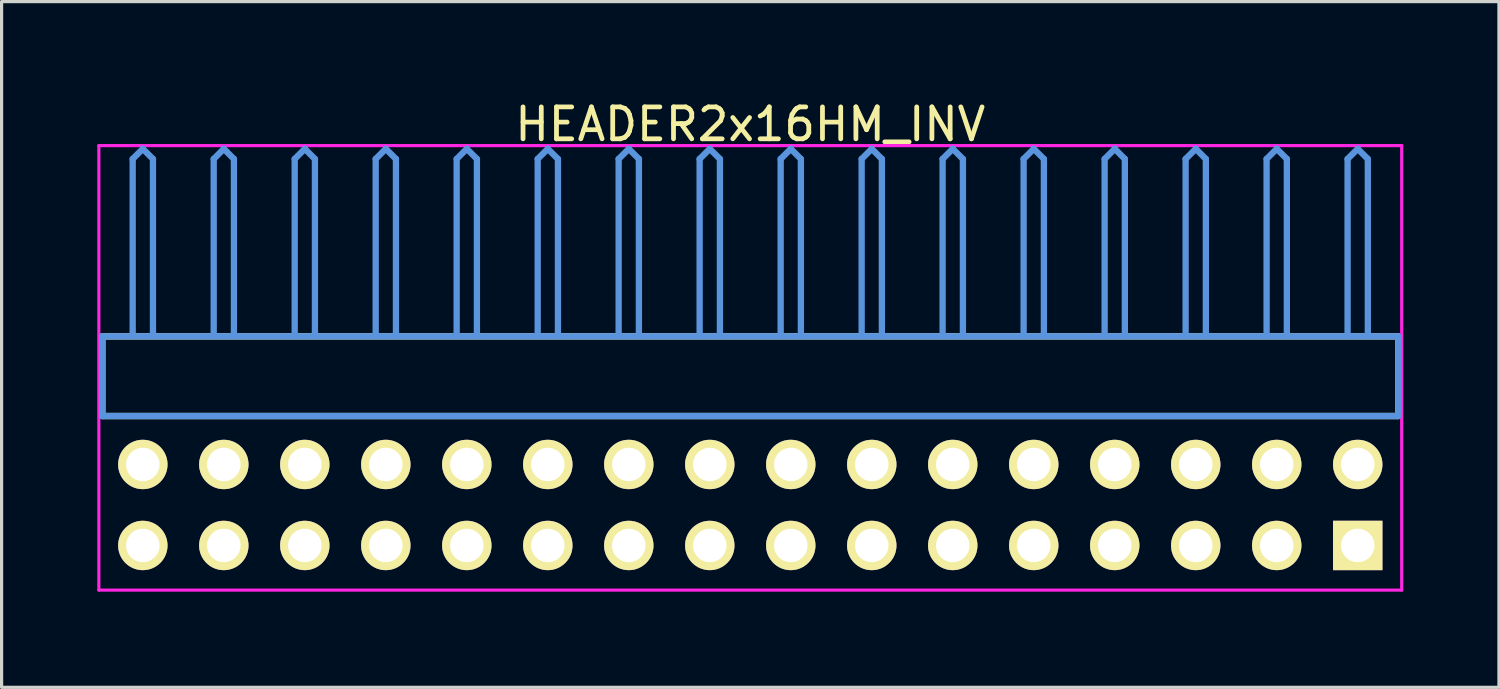
<source format=kicad_pcb>
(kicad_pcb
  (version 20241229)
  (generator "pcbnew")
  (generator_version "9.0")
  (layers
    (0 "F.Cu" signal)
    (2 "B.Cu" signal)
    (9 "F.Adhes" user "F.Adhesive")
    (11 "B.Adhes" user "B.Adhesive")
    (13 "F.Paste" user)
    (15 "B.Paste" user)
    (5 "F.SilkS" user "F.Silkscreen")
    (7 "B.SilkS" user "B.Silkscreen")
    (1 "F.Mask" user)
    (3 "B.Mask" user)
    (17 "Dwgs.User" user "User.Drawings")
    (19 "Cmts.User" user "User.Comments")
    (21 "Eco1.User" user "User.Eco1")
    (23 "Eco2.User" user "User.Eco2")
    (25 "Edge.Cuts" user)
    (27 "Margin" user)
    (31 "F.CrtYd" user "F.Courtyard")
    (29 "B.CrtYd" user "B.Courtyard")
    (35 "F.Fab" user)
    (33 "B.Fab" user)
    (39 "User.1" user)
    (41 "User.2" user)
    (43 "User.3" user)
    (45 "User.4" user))
  (footprint "HEADER2x16HM_INV"
    (layer "F.Cu")
    (at 1.429 14.056)
    (property "Reference" "HEADER2x16HM_INV" (at 19.05 -13.208 0) (layer "F.SilkS") (effects (font (size 1.001 1.001) (thickness 0.15))))
    (attr through_hole)
    (fp_line (start -1.27 -6.558) (end -1.27 -4.059) (stroke (width 0.198) (type solid)) (layer "F.SilkS"))
    (fp_line (start -1.27 -4.059) (end 39.37 -4.059) (stroke (width 0.198) (type solid)) (layer "F.SilkS"))
    (fp_line (start 39.37 -6.558) (end -1.27 -6.558) (stroke (width 0.198) (type solid)) (layer "F.SilkS"))
    (fp_line (start 39.37 -4.059) (end 39.37 -6.558) (stroke (width 0.198) (type solid)) (layer "F.SilkS"))
    (fp_line (start -1.27 -6.558) (end -1.27 -4.059) (stroke (width 0.198) (type solid)) (layer "Cmts.User"))
    (fp_line (start -1.27 -4.059) (end 39.37 -4.059) (stroke (width 0.198) (type solid)) (layer "Cmts.User"))
    (fp_line (start -0.318 -12.121) (end 0 -12.438) (stroke (width 0.198) (type solid)) (layer "Cmts.User"))
    (fp_line (start -0.318 -6.599) (end -0.318 -12.121) (stroke (width 0.198) (type solid)) (layer "Cmts.User"))
    (fp_line (start 0.318 -12.121) (end 0 -12.438) (stroke (width 0.198) (type solid)) (layer "Cmts.User"))
    (fp_line (start 0.318 -6.599) (end 0.318 -12.121) (stroke (width 0.198) (type solid)) (layer "Cmts.User"))
    (fp_line (start 2.223 -12.121) (end 2.54 -12.438) (stroke (width 0.198) (type solid)) (layer "Cmts.User"))
    (fp_line (start 2.223 -6.599) (end 2.223 -12.121) (stroke (width 0.198) (type solid)) (layer "Cmts.User"))
    (fp_line (start 2.857 -12.121) (end 2.54 -12.438) (stroke (width 0.198) (type solid)) (layer "Cmts.User"))
    (fp_line (start 2.857 -6.599) (end 2.857 -12.121) (stroke (width 0.198) (type solid)) (layer "Cmts.User"))
    (fp_line (start 4.763 -12.121) (end 5.08 -12.438) (stroke (width 0.198) (type solid)) (layer "Cmts.User"))
    (fp_line (start 4.763 -6.599) (end 4.763 -12.121) (stroke (width 0.198) (type solid)) (layer "Cmts.User"))
    (fp_line (start 5.397 -12.121) (end 5.08 -12.438) (stroke (width 0.198) (type solid)) (layer "Cmts.User"))
    (fp_line (start 5.397 -6.599) (end 5.397 -12.121) (stroke (width 0.198) (type solid)) (layer "Cmts.User"))
    (fp_line (start 7.303 -12.121) (end 7.62 -12.438) (stroke (width 0.198) (type solid)) (layer "Cmts.User"))
    (fp_line (start 7.303 -6.599) (end 7.303 -12.121) (stroke (width 0.198) (type solid)) (layer "Cmts.User"))
    (fp_line (start 7.938 -12.121) (end 7.62 -12.438) (stroke (width 0.198) (type solid)) (layer "Cmts.User"))
    (fp_line (start 7.938 -6.599) (end 7.938 -12.121) (stroke (width 0.198) (type solid)) (layer "Cmts.User"))
    (fp_line (start 9.842 -12.121) (end 10.16 -12.438) (stroke (width 0.198) (type solid)) (layer "Cmts.User"))
    (fp_line (start 9.842 -6.599) (end 9.842 -12.121) (stroke (width 0.198) (type solid)) (layer "Cmts.User"))
    (fp_line (start 10.477 -12.121) (end 10.16 -12.438) (stroke (width 0.198) (type solid)) (layer "Cmts.User"))
    (fp_line (start 10.477 -6.599) (end 10.477 -12.121) (stroke (width 0.198) (type solid)) (layer "Cmts.User"))
    (fp_line (start 12.383 -12.121) (end 12.7 -12.438) (stroke (width 0.198) (type solid)) (layer "Cmts.User"))
    (fp_line (start 12.383 -6.599) (end 12.383 -12.121) (stroke (width 0.198) (type solid)) (layer "Cmts.User"))
    (fp_line (start 13.018 -12.121) (end 12.7 -12.438) (stroke (width 0.198) (type solid)) (layer "Cmts.User"))
    (fp_line (start 13.018 -6.599) (end 13.018 -12.121) (stroke (width 0.198) (type solid)) (layer "Cmts.User"))
    (fp_line (start 14.922 -12.121) (end 15.24 -12.438) (stroke (width 0.198) (type solid)) (layer "Cmts.User"))
    (fp_line (start 14.922 -6.599) (end 14.922 -12.121) (stroke (width 0.198) (type solid)) (layer "Cmts.User"))
    (fp_line (start 15.557 -12.121) (end 15.24 -12.438) (stroke (width 0.198) (type solid)) (layer "Cmts.User"))
    (fp_line (start 15.557 -6.599) (end 15.557 -12.121) (stroke (width 0.198) (type solid)) (layer "Cmts.User"))
    (fp_line (start 17.462 -12.121) (end 17.78 -12.438) (stroke (width 0.198) (type solid)) (layer "Cmts.User"))
    (fp_line (start 17.462 -6.599) (end 17.462 -12.121) (stroke (width 0.198) (type solid)) (layer "Cmts.User"))
    (fp_line (start 18.098 -12.121) (end 17.78 -12.438) (stroke (width 0.198) (type solid)) (layer "Cmts.User"))
    (fp_line (start 18.098 -6.599) (end 18.098 -12.121) (stroke (width 0.198) (type solid)) (layer "Cmts.User"))
    (fp_line (start 20.003 -12.121) (end 20.32 -12.438) (stroke (width 0.198) (type solid)) (layer "Cmts.User"))
    (fp_line (start 20.003 -6.599) (end 20.003 -12.121) (stroke (width 0.198) (type solid)) (layer "Cmts.User"))
    (fp_line (start 20.637 -12.121) (end 20.32 -12.438) (stroke (width 0.198) (type solid)) (layer "Cmts.User"))
    (fp_line (start 20.637 -6.599) (end 20.637 -12.121) (stroke (width 0.198) (type solid)) (layer "Cmts.User"))
    (fp_line (start 22.543 -12.121) (end 22.86 -12.438) (stroke (width 0.198) (type solid)) (layer "Cmts.User"))
    (fp_line (start 22.543 -6.599) (end 22.543 -12.121) (stroke (width 0.198) (type solid)) (layer "Cmts.User"))
    (fp_line (start 23.177 -12.121) (end 22.86 -12.438) (stroke (width 0.198) (type solid)) (layer "Cmts.User"))
    (fp_line (start 23.177 -6.599) (end 23.177 -12.121) (stroke (width 0.198) (type solid)) (layer "Cmts.User"))
    (fp_line (start 25.082 -12.121) (end 25.4 -12.438) (stroke (width 0.198) (type solid)) (layer "Cmts.User"))
    (fp_line (start 25.082 -6.599) (end 25.082 -12.121) (stroke (width 0.198) (type solid)) (layer "Cmts.User"))
    (fp_line (start 25.718 -12.121) (end 25.4 -12.438) (stroke (width 0.198) (type solid)) (layer "Cmts.User"))
    (fp_line (start 25.718 -6.599) (end 25.718 -12.121) (stroke (width 0.198) (type solid)) (layer "Cmts.User"))
    (fp_line (start 27.622 -12.121) (end 27.94 -12.438) (stroke (width 0.198) (type solid)) (layer "Cmts.User"))
    (fp_line (start 27.622 -6.599) (end 27.622 -12.121) (stroke (width 0.198) (type solid)) (layer "Cmts.User"))
    (fp_line (start 28.258 -12.121) (end 27.94 -12.438) (stroke (width 0.198) (type solid)) (layer "Cmts.User"))
    (fp_line (start 28.258 -6.599) (end 28.258 -12.121) (stroke (width 0.198) (type solid)) (layer "Cmts.User"))
    (fp_line (start 30.163 -12.121) (end 30.48 -12.438) (stroke (width 0.198) (type solid)) (layer "Cmts.User"))
    (fp_line (start 30.163 -6.599) (end 30.163 -12.121) (stroke (width 0.198) (type solid)) (layer "Cmts.User"))
    (fp_line (start 30.797 -12.121) (end 30.48 -12.438) (stroke (width 0.198) (type solid)) (layer "Cmts.User"))
    (fp_line (start 30.797 -6.599) (end 30.797 -12.121) (stroke (width 0.198) (type solid)) (layer "Cmts.User"))
    (fp_line (start 32.703 -12.121) (end 33.02 -12.438) (stroke (width 0.198) (type solid)) (layer "Cmts.User"))
    (fp_line (start 32.703 -6.599) (end 32.703 -12.121) (stroke (width 0.198) (type solid)) (layer "Cmts.User"))
    (fp_line (start 33.337 -12.121) (end 33.02 -12.438) (stroke (width 0.198) (type solid)) (layer "Cmts.User"))
    (fp_line (start 33.337 -6.599) (end 33.337 -12.121) (stroke (width 0.198) (type solid)) (layer "Cmts.User"))
    (fp_line (start 35.242 -12.121) (end 35.56 -12.438) (stroke (width 0.198) (type solid)) (layer "Cmts.User"))
    (fp_line (start 35.242 -6.599) (end 35.242 -12.121) (stroke (width 0.198) (type solid)) (layer "Cmts.User"))
    (fp_line (start 35.877 -12.121) (end 35.56 -12.438) (stroke (width 0.198) (type solid)) (layer "Cmts.User"))
    (fp_line (start 35.877 -6.599) (end 35.877 -12.121) (stroke (width 0.198) (type solid)) (layer "Cmts.User"))
    (fp_line (start 37.782 -12.121) (end 38.1 -12.438) (stroke (width 0.198) (type solid)) (layer "Cmts.User"))
    (fp_line (start 37.782 -6.599) (end 37.782 -12.121) (stroke (width 0.198) (type solid)) (layer "Cmts.User"))
    (fp_line (start 38.417 -12.121) (end 38.1 -12.438) (stroke (width 0.198) (type solid)) (layer "Cmts.User"))
    (fp_line (start 38.417 -6.599) (end 38.417 -12.121) (stroke (width 0.198) (type solid)) (layer "Cmts.User"))
    (fp_line (start 39.37 -6.558) (end -1.27 -6.558) (stroke (width 0.198) (type solid)) (layer "Cmts.User"))
    (fp_line (start 39.37 -4.059) (end 39.37 -6.558) (stroke (width 0.198) (type solid)) (layer "Cmts.User"))
    (fp_line (start -1.379 -12.54) (end 39.479 -12.54) (stroke (width 0.099) (type solid)) (layer "F.CrtYd"))
    (fp_line (start -1.379 1.4) (end -1.379 -12.54) (stroke (width 0.099) (type solid)) (layer "F.CrtYd"))
    (fp_line (start 39.479 -12.54) (end 39.479 1.4) (stroke (width 0.099) (type solid)) (layer "F.CrtYd"))
    (fp_line (start 39.479 1.4) (end -1.379 1.4) (stroke (width 0.099) (type solid)) (layer "F.CrtYd"))
    (pad "1" thru_hole rect (at 38.1 0) (size 1.549 1.549) (drill 1.049) (layers "*.Cu" "*.Mask" "F.SilkS"))
    (pad "2" thru_hole circle (at 38.1 -2.54) (size 1.549 1.549) (drill 1.049) (layers "*.Cu" "*.Mask" "F.SilkS"))
    (pad "3" thru_hole circle (at 35.56 0) (size 1.549 1.549) (drill 1.049) (layers "*.Cu" "*.Mask" "F.SilkS"))
    (pad "4" thru_hole circle (at 35.56 -2.54) (size 1.549 1.549) (drill 1.049) (layers "*.Cu" "*.Mask" "F.SilkS"))
    (pad "5" thru_hole circle (at 33.02 0) (size 1.549 1.549) (drill 1.049) (layers "*.Cu" "*.Mask" "F.SilkS"))
    (pad "6" thru_hole circle (at 33.02 -2.54) (size 1.549 1.549) (drill 1.049) (layers "*.Cu" "*.Mask" "F.SilkS"))
    (pad "7" thru_hole circle (at 30.48 0) (size 1.549 1.549) (drill 1.049) (layers "*.Cu" "*.Mask" "F.SilkS"))
    (pad "8" thru_hole circle (at 30.48 -2.54) (size 1.549 1.549) (drill 1.049) (layers "*.Cu" "*.Mask" "F.SilkS"))
    (pad "9" thru_hole circle (at 27.94 0) (size 1.549 1.549) (drill 1.049) (layers "*.Cu" "*.Mask" "F.SilkS"))
    (pad "10" thru_hole circle (at 27.94 -2.54) (size 1.549 1.549) (drill 1.049) (layers "*.Cu" "*.Mask" "F.SilkS"))
    (pad "11" thru_hole circle (at 25.4 0) (size 1.549 1.549) (drill 1.049) (layers "*.Cu" "*.Mask" "F.SilkS"))
    (pad "12" thru_hole circle (at 25.4 -2.54) (size 1.549 1.549) (drill 1.049) (layers "*.Cu" "*.Mask" "F.SilkS"))
    (pad "13" thru_hole circle (at 22.86 0) (size 1.549 1.549) (drill 1.049) (layers "*.Cu" "*.Mask" "F.SilkS"))
    (pad "14" thru_hole circle (at 22.86 -2.54) (size 1.549 1.549) (drill 1.049) (layers "*.Cu" "*.Mask" "F.SilkS"))
    (pad "15" thru_hole circle (at 20.32 0) (size 1.549 1.549) (drill 1.049) (layers "*.Cu" "*.Mask" "F.SilkS"))
    (pad "16" thru_hole circle (at 20.32 -2.54) (size 1.549 1.549) (drill 1.049) (layers "*.Cu" "*.Mask" "F.SilkS"))
    (pad "17" thru_hole circle (at 17.78 0) (size 1.549 1.549) (drill 1.049) (layers "*.Cu" "*.Mask" "F.SilkS"))
    (pad "18" thru_hole circle (at 17.78 -2.54) (size 1.549 1.549) (drill 1.049) (layers "*.Cu" "*.Mask" "F.SilkS"))
    (pad "19" thru_hole circle (at 15.24 0) (size 1.549 1.549) (drill 1.049) (layers "*.Cu" "*.Mask" "F.SilkS"))
    (pad "20" thru_hole circle (at 15.24 -2.54) (size 1.549 1.549) (drill 1.049) (layers "*.Cu" "*.Mask" "F.SilkS"))
    (pad "21" thru_hole circle (at 12.7 0) (size 1.549 1.549) (drill 1.049) (layers "*.Cu" "*.Mask" "F.SilkS"))
    (pad "22" thru_hole circle (at 12.7 -2.54) (size 1.549 1.549) (drill 1.049) (layers "*.Cu" "*.Mask" "F.SilkS"))
    (pad "23" thru_hole circle (at 10.16 0) (size 1.549 1.549) (drill 1.049) (layers "*.Cu" "*.Mask" "F.SilkS"))
    (pad "24" thru_hole circle (at 10.16 -2.54) (size 1.549 1.549) (drill 1.049) (layers "*.Cu" "*.Mask" "F.SilkS"))
    (pad "25" thru_hole circle (at 7.62 0) (size 1.549 1.549) (drill 1.049) (layers "*.Cu" "*.Mask" "F.SilkS"))
    (pad "26" thru_hole circle (at 7.62 -2.54) (size 1.549 1.549) (drill 1.049) (layers "*.Cu" "*.Mask" "F.SilkS"))
    (pad "27" thru_hole circle (at 5.08 0) (size 1.549 1.549) (drill 1.049) (layers "*.Cu" "*.Mask" "F.SilkS"))
    (pad "28" thru_hole circle (at 5.08 -2.54) (size 1.549 1.549) (drill 1.049) (layers "*.Cu" "*.Mask" "F.SilkS"))
    (pad "29" thru_hole circle (at 2.54 0) (size 1.549 1.549) (drill 1.049) (layers "*.Cu" "*.Mask" "F.SilkS"))
    (pad "30" thru_hole circle (at 2.54 -2.54) (size 1.549 1.549) (drill 1.049) (layers "*.Cu" "*.Mask" "F.SilkS"))
    (pad "31" thru_hole circle (at 0 0) (size 1.549 1.549) (drill 1.049) (layers "*.Cu" "*.Mask" "F.SilkS"))
    (pad "32" thru_hole circle (at 0 -2.54) (size 1.549 1.549) (drill 1.049) (layers "*.Cu" "*.Mask" "F.SilkS")))
  (gr_rect
    (start -3 -3)
    (end 43.958 18.506)
    (stroke (width 0.1) (type default))
    (fill no)
    (layer "Edge.Cuts")))
</source>
